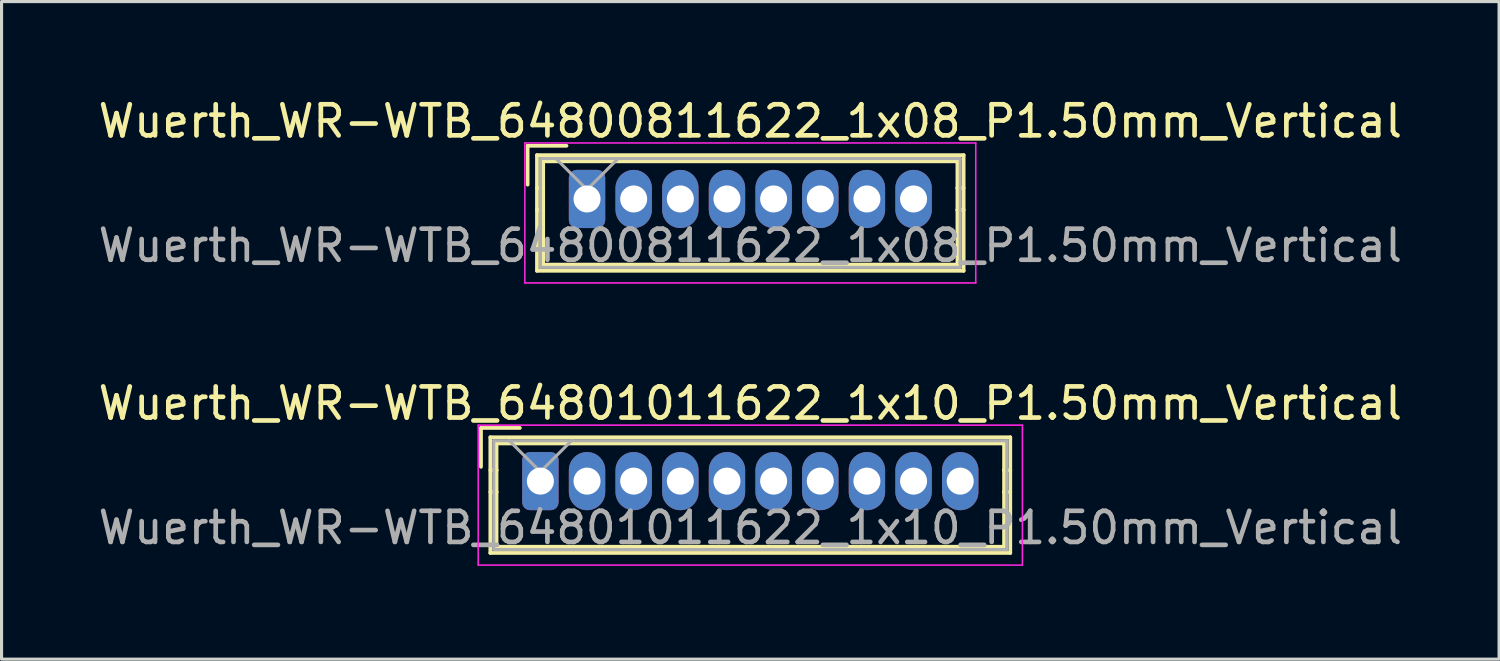
<source format=kicad_pcb>
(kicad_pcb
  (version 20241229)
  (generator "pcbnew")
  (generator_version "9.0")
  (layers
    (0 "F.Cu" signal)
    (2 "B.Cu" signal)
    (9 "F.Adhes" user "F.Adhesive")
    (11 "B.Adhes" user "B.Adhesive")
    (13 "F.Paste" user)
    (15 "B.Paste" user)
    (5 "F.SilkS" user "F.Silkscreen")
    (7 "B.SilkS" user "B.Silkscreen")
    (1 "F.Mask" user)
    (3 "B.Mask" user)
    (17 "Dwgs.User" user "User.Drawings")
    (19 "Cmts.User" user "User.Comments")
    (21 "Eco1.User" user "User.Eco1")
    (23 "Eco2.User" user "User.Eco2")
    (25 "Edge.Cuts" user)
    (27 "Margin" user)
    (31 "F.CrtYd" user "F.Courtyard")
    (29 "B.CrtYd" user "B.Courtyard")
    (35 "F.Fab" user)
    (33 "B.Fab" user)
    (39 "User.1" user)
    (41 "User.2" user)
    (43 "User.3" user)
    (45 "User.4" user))
  (footprint "Wuerth_WR-WTB_64800811622_1x08_P1.50mm_Vertical"
    (layer "F.Cu")
    (at 15.827 3.348)
    (property "Reference" "Wuerth_WR-WTB_64800811622_1x08_P1.50mm_Vertical" (at 5.25 -2.5 0) (layer "F.SilkS") (effects (font (size 1 1) (thickness 0.15))))
    (attr through_hole)
    (fp_line (start -1.91 -1.71) (end -1.91 -0.46) (stroke (width 0.12) (type solid)) (layer "F.SilkS"))
    (fp_line (start -1.61 -1.41) (end -1.61 2.31) (stroke (width 0.12) (type solid)) (layer "F.SilkS"))
    (fp_line (start -1.61 -0.35) (end -1.41 -0.35) (stroke (width 0.12) (type solid)) (layer "F.SilkS"))
    (fp_line (start -1.61 2.31) (end 12.11 2.31) (stroke (width 0.12) (type solid)) (layer "F.SilkS"))
    (fp_line (start -1.41 -1.21) (end 11.91 -1.21) (stroke (width 0.12) (type solid)) (layer "F.SilkS"))
    (fp_line (start -1.41 -0.35) (end -1.41 -1.21) (stroke (width 0.12) (type solid)) (layer "F.SilkS"))
    (fp_line (start -1.41 -0.35) (end -1.41 0.35) (stroke (width 0.12) (type solid)) (layer "F.SilkS"))
    (fp_line (start -1.41 0.35) (end -1.61 0.35) (stroke (width 0.12) (type solid)) (layer "F.SilkS"))
    (fp_line (start -1.41 0.35) (end -1.41 2.11) (stroke (width 0.12) (type solid)) (layer "F.SilkS"))
    (fp_line (start -1.41 2.11) (end 11.91 2.11) (stroke (width 0.12) (type solid)) (layer "F.SilkS"))
    (fp_line (start -0.66 -1.71) (end -1.91 -1.71) (stroke (width 0.12) (type solid)) (layer "F.SilkS"))
    (fp_line (start 11.91 -1.21) (end 11.91 -0.35) (stroke (width 0.12) (type solid)) (layer "F.SilkS"))
    (fp_line (start 11.91 -0.35) (end 11.91 0.35) (stroke (width 0.12) (type solid)) (layer "F.SilkS"))
    (fp_line (start 11.91 -0.35) (end 12.11 -0.35) (stroke (width 0.12) (type solid)) (layer "F.SilkS"))
    (fp_line (start 11.91 0.35) (end 12.11 0.35) (stroke (width 0.12) (type solid)) (layer "F.SilkS"))
    (fp_line (start 11.91 2.11) (end 11.91 0.35) (stroke (width 0.12) (type solid)) (layer "F.SilkS"))
    (fp_line (start 12.11 -1.41) (end -1.61 -1.41) (stroke (width 0.12) (type solid)) (layer "F.SilkS"))
    (fp_line (start 12.11 2.31) (end 12.11 -1.41) (stroke (width 0.12) (type solid)) (layer "F.SilkS"))
    (fp_line (start -2 -1.8) (end -2 2.7) (stroke (width 0.05) (type solid)) (layer "F.CrtYd"))
    (fp_line (start -2 2.7) (end 12.5 2.7) (stroke (width 0.05) (type solid)) (layer "F.CrtYd"))
    (fp_line (start 12.5 -1.8) (end -2 -1.8) (stroke (width 0.05) (type solid)) (layer "F.CrtYd"))
    (fp_line (start 12.5 2.7) (end 12.5 -1.8) (stroke (width 0.05) (type solid)) (layer "F.CrtYd"))
    (fp_line (start -1.5 -1.3) (end -1.5 2.2) (stroke (width 0.1) (type solid)) (layer "F.Fab"))
    (fp_line (start -1.5 2.2) (end 12 2.2) (stroke (width 0.1) (type solid)) (layer "F.Fab"))
    (fp_line (start -1 -1.3) (end 0 -0.3) (stroke (width 0.1) (type solid)) (layer "F.Fab"))
    (fp_line (start 0 -0.3) (end 1 -1.3) (stroke (width 0.1) (type solid)) (layer "F.Fab"))
    (fp_line (start 12 -1.3) (end -1.5 -1.3) (stroke (width 0.1) (type solid)) (layer "F.Fab"))
    (fp_line (start 12 2.2) (end 12 -1.3) (stroke (width 0.1) (type solid)) (layer "F.Fab"))
    (fp_text user "${REFERENCE}" (at 5.25 1.5 0) (layer "F.Fab") (effects (font (size 1 1) (thickness 0.15))))
    (pad "1" thru_hole roundrect (at 0 0) (size 1.17 1.87) (drill 0.87) (layers "*.Cu" "*.Mask") (roundrect_rratio 0.214))
    (pad "2" thru_hole oval (at 1.5 0) (size 1.17 1.87) (drill 0.87) (layers "*.Cu" "*.Mask"))
    (pad "3" thru_hole oval (at 3 0) (size 1.17 1.87) (drill 0.87) (layers "*.Cu" "*.Mask"))
    (pad "4" thru_hole oval (at 4.5 0) (size 1.17 1.87) (drill 0.87) (layers "*.Cu" "*.Mask"))
    (pad "5" thru_hole oval (at 6 0) (size 1.17 1.87) (drill 0.87) (layers "*.Cu" "*.Mask"))
    (pad "6" thru_hole oval (at 7.5 0) (size 1.17 1.87) (drill 0.87) (layers "*.Cu" "*.Mask"))
    (pad "7" thru_hole oval (at 9 0) (size 1.17 1.87) (drill 0.87) (layers "*.Cu" "*.Mask"))
    (pad "8" thru_hole oval (at 10.5 0) (size 1.17 1.87) (drill 0.87) (layers "*.Cu" "*.Mask")))
  (footprint "Wuerth_WR-WTB_64801011622_1x10_P1.50mm_Vertical"
    (layer "F.Cu")
    (at 14.327 12.421)
    (property "Reference" "Wuerth_WR-WTB_64801011622_1x10_P1.50mm_Vertical" (at 6.75 -2.5 0) (layer "F.SilkS") (effects (font (size 1 1) (thickness 0.15))))
    (attr through_hole)
    (fp_line (start -1.91 -1.71) (end -1.91 -0.46) (stroke (width 0.12) (type solid)) (layer "F.SilkS"))
    (fp_line (start -1.61 -1.41) (end -1.61 2.31) (stroke (width 0.12) (type solid)) (layer "F.SilkS"))
    (fp_line (start -1.61 -0.35) (end -1.41 -0.35) (stroke (width 0.12) (type solid)) (layer "F.SilkS"))
    (fp_line (start -1.61 2.31) (end 15.11 2.31) (stroke (width 0.12) (type solid)) (layer "F.SilkS"))
    (fp_line (start -1.41 -1.21) (end 14.91 -1.21) (stroke (width 0.12) (type solid)) (layer "F.SilkS"))
    (fp_line (start -1.41 -0.35) (end -1.41 -1.21) (stroke (width 0.12) (type solid)) (layer "F.SilkS"))
    (fp_line (start -1.41 -0.35) (end -1.41 0.35) (stroke (width 0.12) (type solid)) (layer "F.SilkS"))
    (fp_line (start -1.41 0.35) (end -1.61 0.35) (stroke (width 0.12) (type solid)) (layer "F.SilkS"))
    (fp_line (start -1.41 0.35) (end -1.41 2.11) (stroke (width 0.12) (type solid)) (layer "F.SilkS"))
    (fp_line (start -1.41 2.11) (end 14.91 2.11) (stroke (width 0.12) (type solid)) (layer "F.SilkS"))
    (fp_line (start -0.66 -1.71) (end -1.91 -1.71) (stroke (width 0.12) (type solid)) (layer "F.SilkS"))
    (fp_line (start 14.91 -1.21) (end 14.91 -0.35) (stroke (width 0.12) (type solid)) (layer "F.SilkS"))
    (fp_line (start 14.91 -0.35) (end 14.91 0.35) (stroke (width 0.12) (type solid)) (layer "F.SilkS"))
    (fp_line (start 14.91 -0.35) (end 15.11 -0.35) (stroke (width 0.12) (type solid)) (layer "F.SilkS"))
    (fp_line (start 14.91 0.35) (end 15.11 0.35) (stroke (width 0.12) (type solid)) (layer "F.SilkS"))
    (fp_line (start 14.91 2.11) (end 14.91 0.35) (stroke (width 0.12) (type solid)) (layer "F.SilkS"))
    (fp_line (start 15.11 -1.41) (end -1.61 -1.41) (stroke (width 0.12) (type solid)) (layer "F.SilkS"))
    (fp_line (start 15.11 2.31) (end 15.11 -1.41) (stroke (width 0.12) (type solid)) (layer "F.SilkS"))
    (fp_line (start -2 -1.8) (end -2 2.7) (stroke (width 0.05) (type solid)) (layer "F.CrtYd"))
    (fp_line (start -2 2.7) (end 15.5 2.7) (stroke (width 0.05) (type solid)) (layer "F.CrtYd"))
    (fp_line (start 15.5 -1.8) (end -2 -1.8) (stroke (width 0.05) (type solid)) (layer "F.CrtYd"))
    (fp_line (start 15.5 2.7) (end 15.5 -1.8) (stroke (width 0.05) (type solid)) (layer "F.CrtYd"))
    (fp_line (start -1.5 -1.3) (end -1.5 2.2) (stroke (width 0.1) (type solid)) (layer "F.Fab"))
    (fp_line (start -1.5 2.2) (end 15 2.2) (stroke (width 0.1) (type solid)) (layer "F.Fab"))
    (fp_line (start -1 -1.3) (end 0 -0.3) (stroke (width 0.1) (type solid)) (layer "F.Fab"))
    (fp_line (start 0 -0.3) (end 1 -1.3) (stroke (width 0.1) (type solid)) (layer "F.Fab"))
    (fp_line (start 15 -1.3) (end -1.5 -1.3) (stroke (width 0.1) (type solid)) (layer "F.Fab"))
    (fp_line (start 15 2.2) (end 15 -1.3) (stroke (width 0.1) (type solid)) (layer "F.Fab"))
    (fp_text user "${REFERENCE}" (at 6.75 1.5 0) (layer "F.Fab") (effects (font (size 1 1) (thickness 0.15))))
    (pad "1" thru_hole roundrect (at 0 0) (size 1.17 1.87) (drill 0.87) (layers "*.Cu" "*.Mask") (roundrect_rratio 0.214))
    (pad "2" thru_hole oval (at 1.5 0) (size 1.17 1.87) (drill 0.87) (layers "*.Cu" "*.Mask"))
    (pad "3" thru_hole oval (at 3 0) (size 1.17 1.87) (drill 0.87) (layers "*.Cu" "*.Mask"))
    (pad "4" thru_hole oval (at 4.5 0) (size 1.17 1.87) (drill 0.87) (layers "*.Cu" "*.Mask"))
    (pad "5" thru_hole oval (at 6 0) (size 1.17 1.87) (drill 0.87) (layers "*.Cu" "*.Mask"))
    (pad "6" thru_hole oval (at 7.5 0) (size 1.17 1.87) (drill 0.87) (layers "*.Cu" "*.Mask"))
    (pad "7" thru_hole oval (at 9 0) (size 1.17 1.87) (drill 0.87) (layers "*.Cu" "*.Mask"))
    (pad "8" thru_hole oval (at 10.5 0) (size 1.17 1.87) (drill 0.87) (layers "*.Cu" "*.Mask"))
    (pad "9" thru_hole oval (at 12 0) (size 1.17 1.87) (drill 0.87) (layers "*.Cu" "*.Mask"))
    (pad "10" thru_hole oval (at 13.5 0) (size 1.17 1.87) (drill 0.87) (layers "*.Cu" "*.Mask")))
  (gr_rect
    (start -3 -3)
    (end 45.155 18.146)
    (stroke (width 0.1) (type default))
    (fill no)
    (layer "Edge.Cuts")))
</source>
